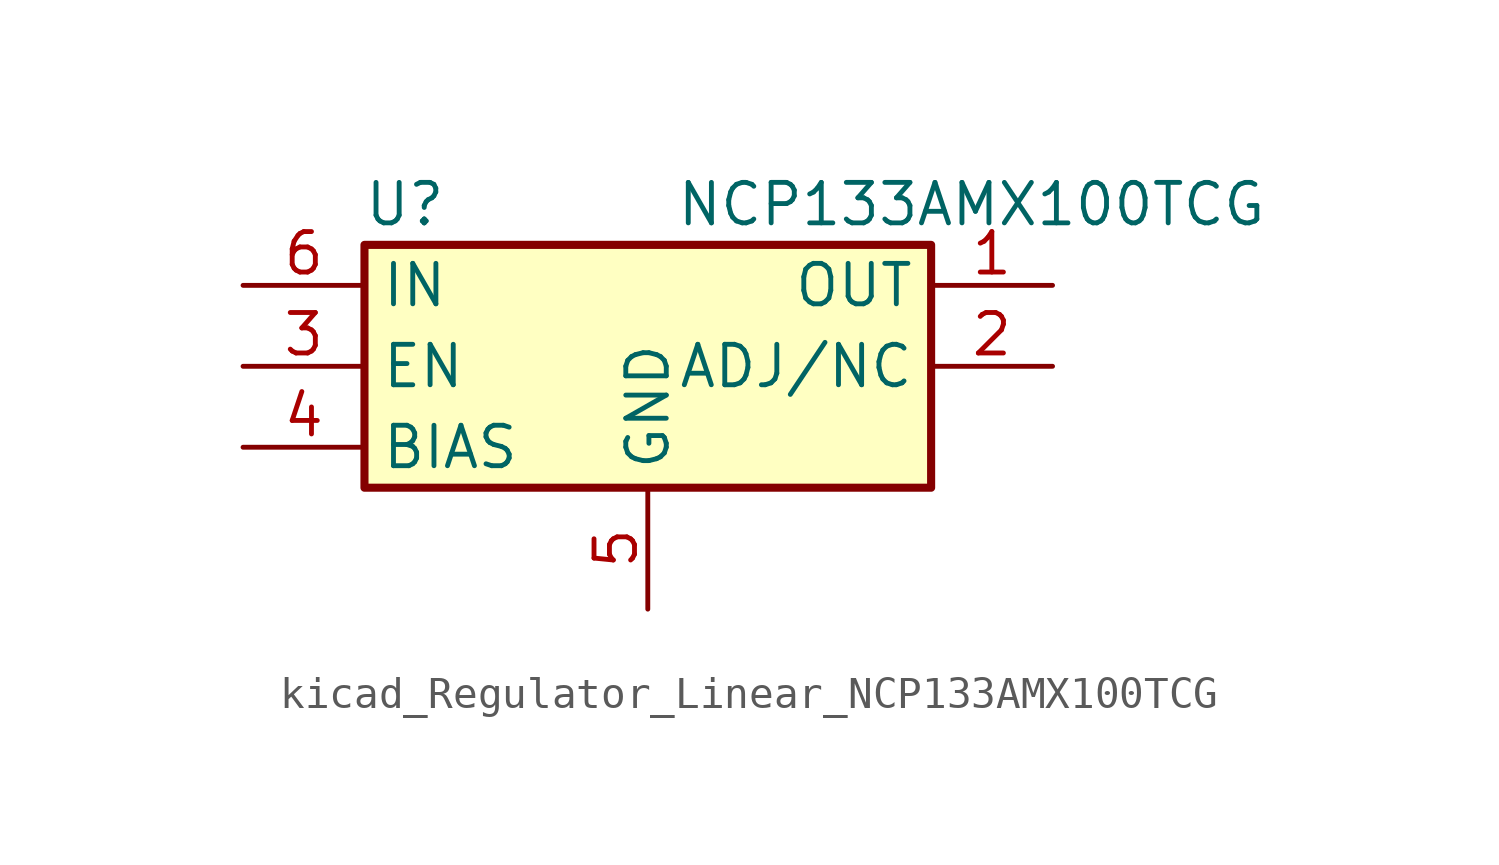
<source format=kicad_sym>
(kicad_symbol_lib
  (version 20220914)
  (generator kicad_symbol_editor)
  (symbol "kicad_Regulator_Linear_NCP133AMX100TCG"
    (property "Reference" "U"
      (at -7.62 5.08 0)
      (effects (font (size 1.27 1.27))))
    (property "Value" "NCP133AMX100TCG"
      (at 10.16 5.08 0)
      (effects (font (size 1.27 1.27))))
    (symbol "kicad_Regulator_Linear_NCP133AMX100TCG_0_1"
      (rectangle (start -8.89 -3.81) (end 8.89 3.81) (stroke (width 0.254) (type default)) (fill (type background)))
      (pin power_out line (at 12.7 2.54 180) (length 3.81) (name "OUT" (effects (font (size 1.27 1.27)))) (number "1" (effects (font (size 1.27 1.27)))))
      (pin passive line (at 12.7 0 180) (length 3.81) (name "ADJ/NC" (effects (font (size 1.27 1.27)))) (number "2" (effects (font (size 1.27 1.27)))))
      (pin input line (at -12.7 0 0) (length 3.81) (name "EN" (effects (font (size 1.27 1.27)))) (number "3" (effects (font (size 1.27 1.27)))))
      (pin power_in line (at -12.7 -2.54 0) (length 3.81) (name "BIAS" (effects (font (size 1.27 1.27)))) (number "4" (effects (font (size 1.27 1.27)))))
      (pin power_in line (at 0 -7.62 90) (length 3.81) (name "GND" (effects (font (size 1.27 1.27)))) (number "5" (effects (font (size 1.27 1.27)))))
      (pin power_in line (at -12.7 2.54 0) (length 3.81) (name "IN" (effects (font (size 1.27 1.27)))) (number "6" (effects (font (size 1.27 1.27)))))
      (pin passive line (at 0 -7.62 90) (length 3.81) hide (name "GND" (effects (font (size 1.27 1.27)))) (number "7" (effects (font (size 1.27 1.27))))))))
</source>
